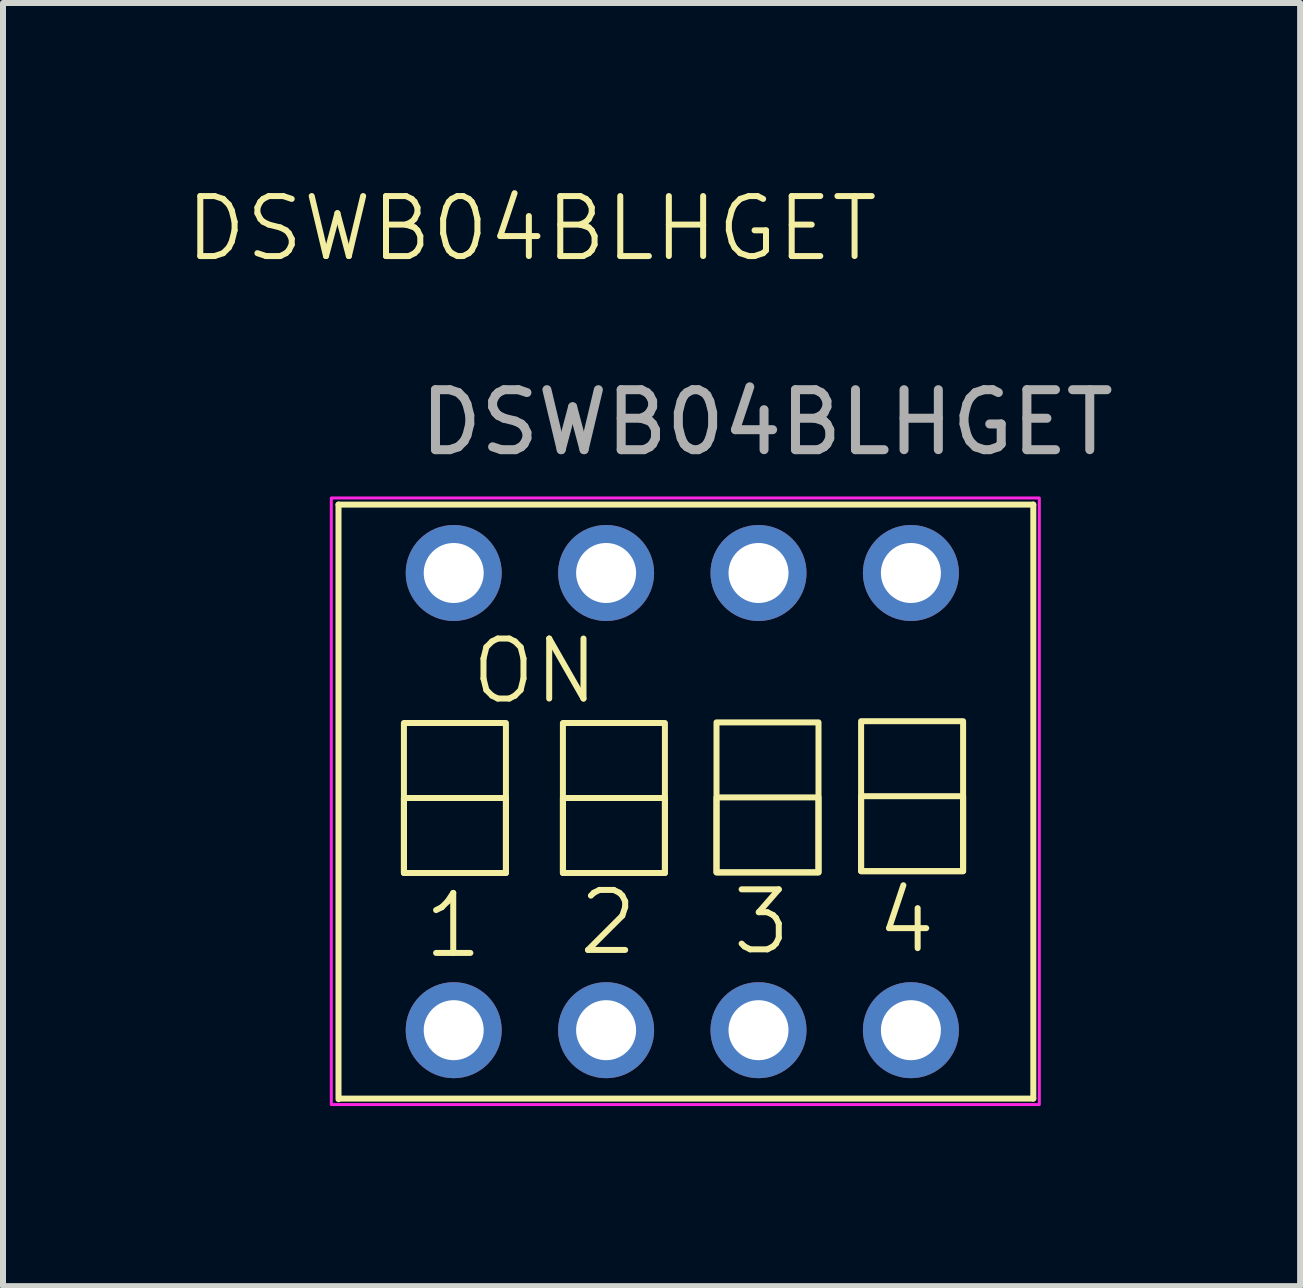
<source format=kicad_pcb>
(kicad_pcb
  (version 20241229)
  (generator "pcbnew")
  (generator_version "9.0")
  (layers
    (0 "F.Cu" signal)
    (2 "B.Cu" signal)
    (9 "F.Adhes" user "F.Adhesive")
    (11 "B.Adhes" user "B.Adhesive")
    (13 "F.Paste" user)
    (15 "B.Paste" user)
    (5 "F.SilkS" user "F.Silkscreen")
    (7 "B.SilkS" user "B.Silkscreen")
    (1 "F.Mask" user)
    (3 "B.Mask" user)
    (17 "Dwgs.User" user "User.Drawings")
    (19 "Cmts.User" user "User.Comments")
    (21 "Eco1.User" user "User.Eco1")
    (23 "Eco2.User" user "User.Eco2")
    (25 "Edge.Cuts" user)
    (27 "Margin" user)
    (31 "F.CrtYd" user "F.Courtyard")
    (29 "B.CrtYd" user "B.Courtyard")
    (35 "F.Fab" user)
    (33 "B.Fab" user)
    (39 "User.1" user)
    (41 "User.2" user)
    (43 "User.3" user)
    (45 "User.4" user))
  (footprint "DSWB04BLHGET"
    (layer "F.Cu")
    (at 9.732 1.49)
    (property "Reference" "DSWB04BLHGET" (at -3.92 -0.73 0) (unlocked yes) (layer "F.SilkS") (effects (font (size 1 1) (thickness 0.1))))
    (attr through_hole)
    (fp_line (start -7.14 3.87) (end -7.14 13.78) (stroke (width 0.1) (type default)) (layer "F.SilkS"))
    (fp_line (start -7.14 3.87) (end 4.44 3.87) (stroke (width 0.1) (type default)) (layer "F.SilkS"))
    (fp_line (start -7.12 13.77) (end 4.44 13.77) (stroke (width 0.1) (type default)) (layer "F.SilkS"))
    (fp_line (start 4.44 3.87) (end 4.44 13.77) (stroke (width 0.1) (type default)) (layer "F.SilkS"))
    (fp_rect (start -6.05 7.51) (end -4.35 10.01) (stroke (width 0.1) (type default)) (fill no) (layer "F.SilkS"))
    (fp_rect (start -6.05 8.76) (end -4.35 10.01) (stroke (width 0.1) (type default)) (fill no) (layer "F.SilkS"))
    (fp_rect (start -3.4 7.51) (end -1.7 10.01) (stroke (width 0.1) (type default)) (fill no) (layer "F.SilkS"))
    (fp_rect (start -3.4 8.76) (end -1.7 10.01) (stroke (width 0.1) (type default)) (fill no) (layer "F.SilkS"))
    (fp_rect (start -0.84 7.5) (end 0.86 10) (stroke (width 0.1) (type default)) (fill no) (layer "F.SilkS"))
    (fp_rect (start -0.84 8.75) (end 0.86 10) (stroke (width 0.1) (type default)) (fill no) (layer "F.SilkS"))
    (fp_rect (start 1.57 7.48) (end 3.27 9.98) (stroke (width 0.1) (type default)) (fill no) (layer "F.SilkS"))
    (fp_rect (start 1.57 8.73) (end 3.27 9.98) (stroke (width 0.1) (type default)) (fill no) (layer "F.SilkS"))
    (fp_rect (start -7.26 3.76) (end 4.54 13.87) (stroke (width 0.05) (type solid)) (fill no) (layer "F.CrtYd"))
    (fp_text user "1" (at -5.77 11.47 0) (unlocked yes) (layer "F.SilkS") (effects (font (size 1 1) (thickness 0.1)) (justify left bottom)))
    (fp_text user "3" (at -0.63 11.41 0) (unlocked yes) (layer "F.SilkS") (effects (font (size 1 1) (thickness 0.1)) (justify left bottom)))
    (fp_text user "2" (at -3.19 11.42 0) (unlocked yes) (layer "F.SilkS") (effects (font (size 1 1) (thickness 0.1)) (justify left bottom)))
    (fp_text user "4" (at 1.78 11.39 0) (unlocked yes) (layer "F.SilkS") (effects (font (size 1 1) (thickness 0.1)) (justify left bottom)))
    (fp_text user "ON" (at -4.98 7.23 0) (unlocked yes) (layer "F.SilkS") (effects (font (size 1 1) (thickness 0.1)) (justify left bottom)))
    (fp_text user "${REFERENCE}" (at 0 2.5 0) (unlocked yes) (layer "F.Fab") (effects (font (size 1 1) (thickness 0.15))))
    (pad "1" thru_hole circle (at -5.22 5.01) (size 1.6 1.6) (drill 1) (layers "*.Cu" "*.Mask"))
    (pad "2" thru_hole circle (at -2.68 5.01) (size 1.6 1.6) (drill 1) (layers "*.Cu" "*.Mask"))
    (pad "3" thru_hole circle (at -0.14 5.01) (size 1.6 1.6) (drill 1) (layers "*.Cu" "*.Mask"))
    (pad "4" thru_hole circle (at 2.4 5.01) (size 1.6 1.6) (drill 1) (layers "*.Cu" "*.Mask"))
    (pad "5" thru_hole circle (at -5.22 12.63) (size 1.6 1.6) (drill 1) (layers "*.Cu" "*.Mask"))
    (pad "6" thru_hole circle (at -2.68 12.63) (size 1.6 1.6) (drill 1) (layers "*.Cu" "*.Mask"))
    (pad "7" thru_hole circle (at -0.14 12.63) (size 1.6 1.6) (drill 1) (layers "*.Cu" "*.Mask"))
    (pad "8" thru_hole circle (at 2.4 12.63) (size 1.6 1.6) (drill 1) (layers "*.Cu" "*.Mask")))
  (gr_rect
    (start -3 -3)
    (end 18.619 18.386)
    (stroke (width 0.1) (type default))
    (fill no)
    (layer "Edge.Cuts")))
</source>
